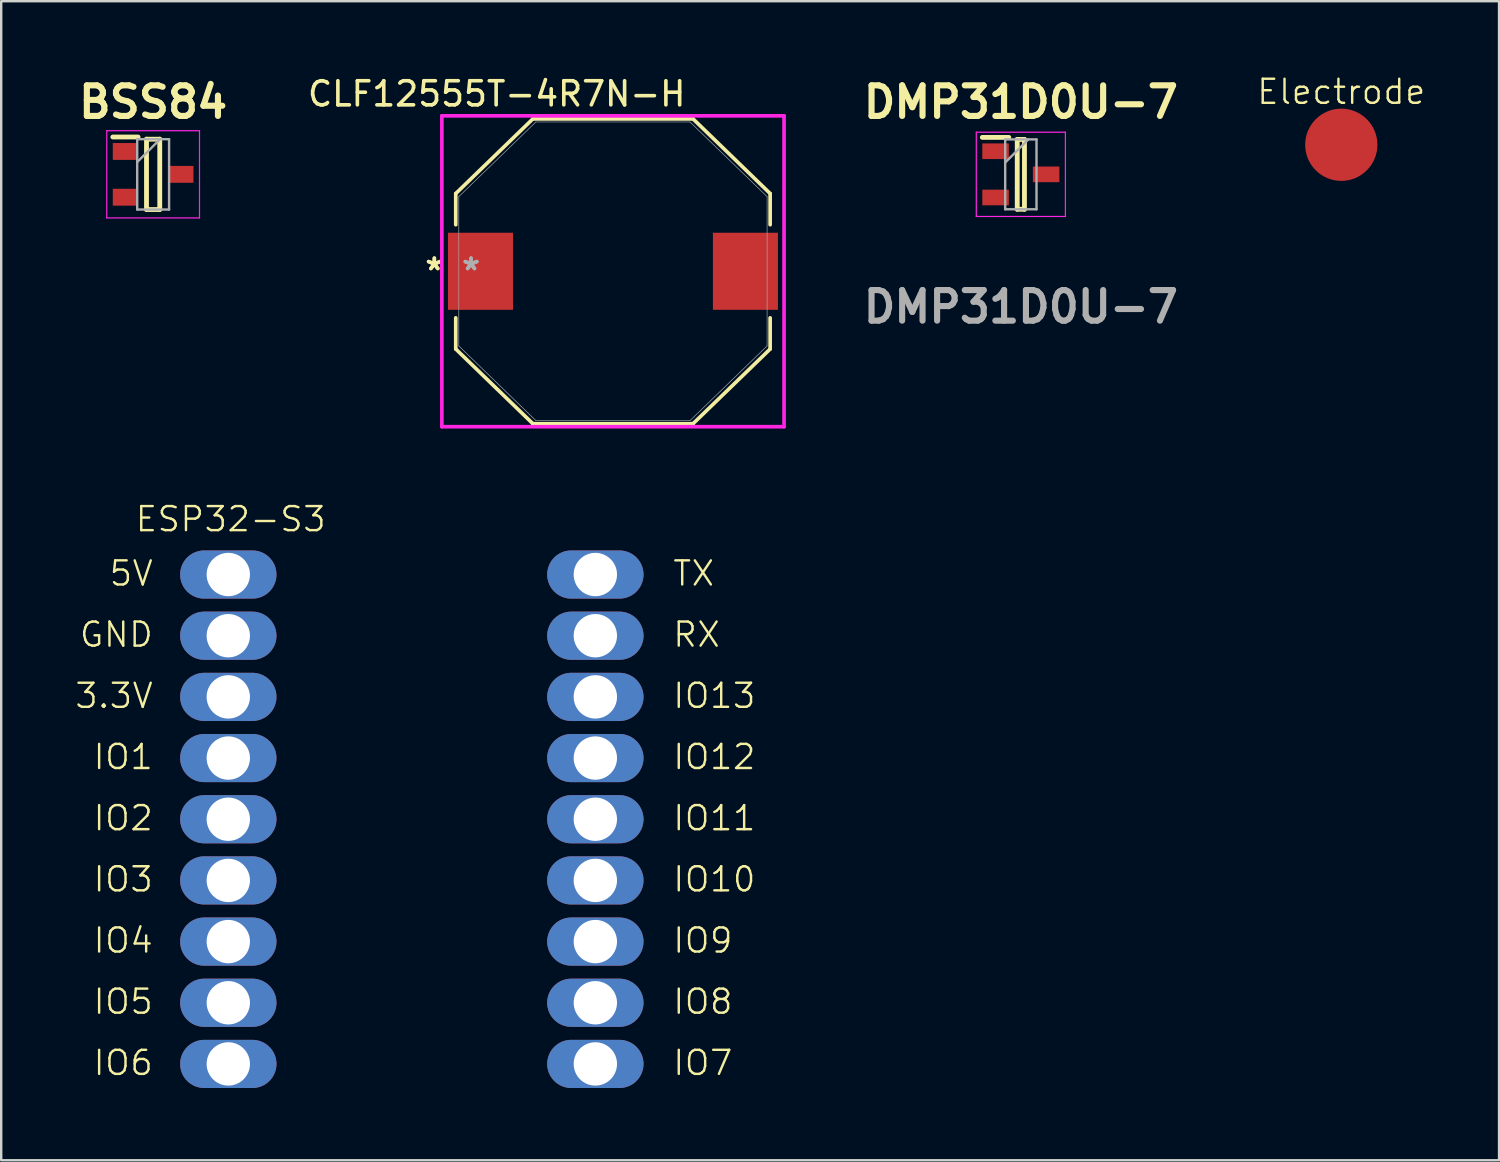
<source format=kicad_pcb>
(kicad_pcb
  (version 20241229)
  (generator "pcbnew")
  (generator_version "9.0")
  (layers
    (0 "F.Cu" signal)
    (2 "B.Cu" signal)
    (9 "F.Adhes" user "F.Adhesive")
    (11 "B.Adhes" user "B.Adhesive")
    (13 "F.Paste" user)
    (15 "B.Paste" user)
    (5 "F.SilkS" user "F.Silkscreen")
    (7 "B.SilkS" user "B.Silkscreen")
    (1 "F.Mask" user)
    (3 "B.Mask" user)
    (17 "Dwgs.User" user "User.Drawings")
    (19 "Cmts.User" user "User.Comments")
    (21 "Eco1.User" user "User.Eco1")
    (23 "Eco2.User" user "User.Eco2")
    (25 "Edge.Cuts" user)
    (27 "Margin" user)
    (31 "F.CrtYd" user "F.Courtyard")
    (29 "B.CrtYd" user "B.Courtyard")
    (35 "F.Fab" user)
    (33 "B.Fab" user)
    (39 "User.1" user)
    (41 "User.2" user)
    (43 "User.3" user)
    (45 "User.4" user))
  (footprint "BSS84"
    (layer "F.Cu")
    (at 3.308 4.189)
    (property "Reference" "BSS84" (at 0 -3 0) (layer "F.SilkS") (effects (font (size 1.27 1.27) (thickness 0.254))))
    (attr smd)
    (fp_line (start -1.675 -1.55) (end -0.625 -1.55) (stroke (width 0.2) (type solid)) (layer "F.SilkS"))
    (fp_line (start -0.275 -1.46) (end 0.275 -1.46) (stroke (width 0.2) (type solid)) (layer "F.SilkS"))
    (fp_line (start -0.275 1.46) (end -0.275 -1.46) (stroke (width 0.2) (type solid)) (layer "F.SilkS"))
    (fp_line (start 0.275 -1.46) (end 0.275 1.46) (stroke (width 0.2) (type solid)) (layer "F.SilkS"))
    (fp_line (start 0.275 1.46) (end -0.275 1.46) (stroke (width 0.2) (type solid)) (layer "F.SilkS"))
    (fp_line (start -1.925 -1.81) (end 1.925 -1.81) (stroke (width 0.05) (type solid)) (layer "F.CrtYd"))
    (fp_line (start -1.925 1.81) (end -1.925 -1.81) (stroke (width 0.05) (type solid)) (layer "F.CrtYd"))
    (fp_line (start 1.925 -1.81) (end 1.925 1.81) (stroke (width 0.05) (type solid)) (layer "F.CrtYd"))
    (fp_line (start 1.925 1.81) (end -1.925 1.81) (stroke (width 0.05) (type solid)) (layer "F.CrtYd"))
    (fp_line (start -0.662 -1.46) (end 0.662 -1.46) (stroke (width 0.1) (type solid)) (layer "F.Fab"))
    (fp_line (start -0.662 -0.51) (end 0.288 -1.46) (stroke (width 0.1) (type solid)) (layer "F.Fab"))
    (fp_line (start -0.662 1.46) (end -0.662 -1.46) (stroke (width 0.1) (type solid)) (layer "F.Fab"))
    (fp_line (start 0.662 -1.46) (end 0.662 1.46) (stroke (width 0.1) (type solid)) (layer "F.Fab"))
    (fp_line (start 0.662 1.46) (end -0.662 1.46) (stroke (width 0.1) (type solid)) (layer "F.Fab"))
    (pad "1" smd rect (at -1.15 -0.95 90) (size 0.7 1.05) (layers "F.Cu" "F.Mask" "F.Paste"))
    (pad "2" smd rect (at -1.15 0.95 90) (size 0.7 1.05) (layers "F.Cu" "F.Mask" "F.Paste"))
    (pad "3" smd rect (at 1.15 0 90) (size 0.7 1.05) (layers "F.Cu" "F.Mask" "F.Paste")))
  (footprint "CLF12555T-4R7N-H"
    (layer "F.Cu")
    (at 22.4 8.214)
    (property "Reference" "CLF12555T-4R7N-H" (at -4.826 -7.366 0) (unlocked yes) (layer "F.SilkS") (effects (font (size 1 1) (thickness 0.15))))
    (attr smd)
    (fp_line (start -6.527 -3.227) (end -6.527 -1.933) (stroke (width 0.152) (type solid)) (layer "F.SilkS"))
    (fp_line (start -6.527 1.933) (end -6.527 3.227) (stroke (width 0.152) (type solid)) (layer "F.SilkS"))
    (fp_line (start -6.527 3.227) (end -3.327 6.327) (stroke (width 0.152) (type solid)) (layer "F.SilkS"))
    (fp_line (start -3.327 -6.327) (end -6.527 -3.227) (stroke (width 0.152) (type solid)) (layer "F.SilkS"))
    (fp_line (start -3.327 6.327) (end 3.327 6.327) (stroke (width 0.152) (type solid)) (layer "F.SilkS"))
    (fp_line (start 3.327 -6.327) (end -3.327 -6.327) (stroke (width 0.152) (type solid)) (layer "F.SilkS"))
    (fp_line (start 3.327 6.327) (end 6.527 3.227) (stroke (width 0.152) (type solid)) (layer "F.SilkS"))
    (fp_line (start 6.527 -3.227) (end 3.327 -6.327) (stroke (width 0.152) (type solid)) (layer "F.SilkS"))
    (fp_line (start 6.527 -1.933) (end 6.527 -3.227) (stroke (width 0.152) (type solid)) (layer "F.SilkS"))
    (fp_line (start 6.527 3.227) (end 6.527 1.933) (stroke (width 0.152) (type solid)) (layer "F.SilkS"))
    (fp_line (start -7.104 -6.454) (end 7.104 -6.454) (stroke (width 0.152) (type solid)) (layer "F.CrtYd"))
    (fp_line (start -7.104 6.454) (end -7.104 -6.454) (stroke (width 0.152) (type solid)) (layer "F.CrtYd"))
    (fp_line (start 7.104 -6.454) (end 7.104 6.454) (stroke (width 0.152) (type solid)) (layer "F.CrtYd"))
    (fp_line (start 7.104 6.454) (end -7.104 6.454) (stroke (width 0.152) (type solid)) (layer "F.CrtYd"))
    (fp_line (start -6.4 -3.1) (end -6.4 3.1) (stroke (width 0.025) (type solid)) (layer "F.Fab"))
    (fp_line (start -6.4 3.1) (end -3.2 6.2) (stroke (width 0.025) (type solid)) (layer "F.Fab"))
    (fp_line (start -3.2 -6.2) (end -6.4 -3.1) (stroke (width 0.025) (type solid)) (layer "F.Fab"))
    (fp_line (start -3.2 6.2) (end 3.2 6.2) (stroke (width 0.025) (type solid)) (layer "F.Fab"))
    (fp_line (start 3.2 -6.2) (end -3.2 -6.2) (stroke (width 0.025) (type solid)) (layer "F.Fab"))
    (fp_line (start 3.2 6.2) (end 6.4 3.1) (stroke (width 0.025) (type solid)) (layer "F.Fab"))
    (fp_line (start 6.4 -3.1) (end 3.2 -6.2) (stroke (width 0.025) (type solid)) (layer "F.Fab"))
    (fp_line (start 6.4 3.1) (end 6.4 -3.1) (stroke (width 0.025) (type solid)) (layer "F.Fab"))
    (fp_text user "*" (at -7.416 0 0) (layer "F.SilkS") (effects (font (size 1 1) (thickness 0.15))))
    (fp_text user "*" (at -7.416 0 0) (unlocked yes) (layer "F.SilkS") (effects (font (size 1 1) (thickness 0.15))))
    (fp_text user "*" (at -5.892 0 0) (unlocked yes) (layer "F.Fab") (effects (font (size 1 1) (thickness 0.15))))
    (fp_text user "*" (at -5.892 0 0) (layer "F.Fab") (effects (font (size 1 1) (thickness 0.15))))
    (pad "1" smd rect (at -5.5 0) (size 2.7 3.2) (layers "F.Cu" "F.Mask" "F.Paste"))
    (pad "2" smd rect (at 5.5 0) (size 2.7 3.2) (layers "F.Cu" "F.Mask" "F.Paste")))
  (footprint "ESP32-S3"
    (layer "F.Cu")
    (at 6.429 20.805)
    (property "Reference" "ESP32-S3" (at 0.1 -2.3 0) (unlocked yes) (layer "F.SilkS") (effects (font (size 1 1) (thickness 0.1))))
    (attr through_hole)
    (fp_text user "IO11" (at 18.4 10.7 0) (unlocked yes) (layer "F.SilkS") (effects (font (size 1 1) (thickness 0.1)) (justify left bottom)))
    (fp_text user "IO8" (at 18.4 18.32 0) (unlocked yes) (layer "F.SilkS") (effects (font (size 1 1) (thickness 0.1)) (justify left bottom)))
    (fp_text user "IO1" (at -5.667 8.159 0) (unlocked yes) (layer "F.SilkS") (effects (font (size 1 1) (thickness 0.1)) (justify left bottom)))
    (fp_text user "IO13" (at 18.4 5.62 0) (unlocked yes) (layer "F.SilkS") (effects (font (size 1 1) (thickness 0.1)) (justify left bottom)))
    (fp_text user "IO10" (at 18.4 13.239 0) (unlocked yes) (layer "F.SilkS") (effects (font (size 1 1) (thickness 0.1)) (justify left bottom)))
    (fp_text user "GND" (at -6.238 3.079 0) (unlocked yes) (layer "F.SilkS") (effects (font (size 1 1) (thickness 0.1)) (justify left bottom)))
    (fp_text user "3.3V" (at -6.429 5.62 0) (unlocked yes) (layer "F.SilkS") (effects (font (size 1 1) (thickness 0.1)) (justify left bottom)))
    (fp_text user "IO6" (at -5.667 20.86 0) (unlocked yes) (layer "F.SilkS") (effects (font (size 1 1) (thickness 0.1)) (justify left bottom)))
    (fp_text user "IO7" (at 18.4 20.86 0) (unlocked yes) (layer "F.SilkS") (effects (font (size 1 1) (thickness 0.1)) (justify left bottom)))
    (fp_text user "IO4" (at -5.667 15.78 0) (unlocked yes) (layer "F.SilkS") (effects (font (size 1 1) (thickness 0.1)) (justify left bottom)))
    (fp_text user "IO3" (at -5.667 13.239 0) (unlocked yes) (layer "F.SilkS") (effects (font (size 1 1) (thickness 0.1)) (justify left bottom)))
    (fp_text user "RX" (at 18.4 3.079 0) (unlocked yes) (layer "F.SilkS") (effects (font (size 1 1) (thickness 0.1)) (justify left bottom)))
    (fp_text user "IO5" (at -5.667 18.32 0) (unlocked yes) (layer "F.SilkS") (effects (font (size 1 1) (thickness 0.1)) (justify left bottom)))
    (fp_text user "IO12" (at 18.4 8.159 0) (unlocked yes) (layer "F.SilkS") (effects (font (size 1 1) (thickness 0.1)) (justify left bottom)))
    (fp_text user "IO2" (at -5.667 10.7 0) (unlocked yes) (layer "F.SilkS") (effects (font (size 1 1) (thickness 0.1)) (justify left bottom)))
    (fp_text user "5V" (at -5 0.539 0) (unlocked yes) (layer "F.SilkS") (effects (font (size 1 1) (thickness 0.1)) (justify left bottom)))
    (fp_text user "IO9" (at 18.4 15.78 0) (unlocked yes) (layer "F.SilkS") (effects (font (size 1 1) (thickness 0.1)) (justify left bottom)))
    (fp_text user "TX" (at 18.4 0.539 0) (unlocked yes) (layer "F.SilkS") (effects (font (size 1 1) (thickness 0.1)) (justify left bottom)))
    (pad "1" thru_hole oval (at 0 0) (size 4 2) (drill 1.8) (layers "*.Cu" "*.Mask"))
    (pad "2" thru_hole oval (at 0 2.54) (size 4 2) (drill 1.8) (layers "*.Cu" "*.Mask"))
    (pad "3" thru_hole oval (at 0 5.08) (size 4 2) (drill 1.8) (layers "*.Cu" "*.Mask"))
    (pad "4" thru_hole oval (at 0 7.62) (size 4 2) (drill 1.8) (layers "*.Cu" "*.Mask"))
    (pad "5" thru_hole oval (at 0 10.16) (size 4 2) (drill 1.8) (layers "*.Cu" "*.Mask"))
    (pad "6" thru_hole oval (at 0 12.7) (size 4 2) (drill 1.8) (layers "*.Cu" "*.Mask"))
    (pad "7" thru_hole oval (at 0 15.24) (size 4 2) (drill 1.8) (layers "*.Cu" "*.Mask"))
    (pad "8" thru_hole oval (at 0 17.78) (size 4 2) (drill 1.8) (layers "*.Cu" "*.Mask"))
    (pad "9" thru_hole oval (at 0 20.32) (size 4 2) (drill 1.8) (layers "*.Cu" "*.Mask"))
    (pad "10" thru_hole oval (at 15.24 20.32) (size 4 2) (drill 1.8) (layers "*.Cu" "*.Mask"))
    (pad "11" thru_hole oval (at 15.24 17.78) (size 4 2) (drill 1.8) (layers "*.Cu" "*.Mask"))
    (pad "12" thru_hole oval (at 15.24 15.24) (size 4 2) (drill 1.8) (layers "*.Cu" "*.Mask"))
    (pad "13" thru_hole oval (at 15.24 12.7) (size 4 2) (drill 1.8) (layers "*.Cu" "*.Mask"))
    (pad "14" thru_hole oval (at 15.24 10.16) (size 4 2) (drill 1.8) (layers "*.Cu" "*.Mask"))
    (pad "15" thru_hole oval (at 15.24 7.62) (size 4 2) (drill 1.8) (layers "*.Cu" "*.Mask"))
    (pad "16" thru_hole oval (at 15.24 5.08) (size 4 2) (drill 1.8) (layers "*.Cu" "*.Mask"))
    (pad "17" thru_hole oval (at 15.24 2.54) (size 4 2) (drill 1.8) (layers "*.Cu" "*.Mask"))
    (pad "18" thru_hole oval (at 15.24 0) (size 4 2) (drill 1.8) (layers "*.Cu" "*.Mask")))
  (footprint "Electrode"
    (layer "F.Cu")
    (at 52.641 2.961)
    (property "Reference" "Electrode" (at 0 -2.2 0) (unlocked yes) (layer "F.SilkS") (effects (font (size 1 1) (thickness 0.1))))
    (attr smd)
    (pad "1" smd circle (at 0 0) (size 3 3) (layers "F.Cu" "F.Mask" "F.Paste")))
  (footprint "DMP31D0U-7"
    (layer "F.Cu")
    (at 39.336 4.189)
    (property "Reference" "DMP31D0U-7" (at 0 -3 0) (layer "F.SilkS") (effects (font (size 1.27 1.27) (thickness 0.254))))
    (attr smd)
    (fp_line (start -1.6 -1.535) (end -0.5 -1.535) (stroke (width 0.2) (type solid)) (layer "F.SilkS"))
    (fp_line (start -0.15 -1.45) (end 0.15 -1.45) (stroke (width 0.2) (type solid)) (layer "F.SilkS"))
    (fp_line (start -0.15 1.45) (end -0.15 -1.45) (stroke (width 0.2) (type solid)) (layer "F.SilkS"))
    (fp_line (start 0.15 -1.45) (end 0.15 1.45) (stroke (width 0.2) (type solid)) (layer "F.SilkS"))
    (fp_line (start 0.15 1.45) (end -0.15 1.45) (stroke (width 0.2) (type solid)) (layer "F.SilkS"))
    (fp_line (start -1.85 -1.75) (end 1.85 -1.75) (stroke (width 0.05) (type solid)) (layer "F.CrtYd"))
    (fp_line (start -1.85 1.75) (end -1.85 -1.75) (stroke (width 0.05) (type solid)) (layer "F.CrtYd"))
    (fp_line (start 1.85 -1.75) (end 1.85 1.75) (stroke (width 0.05) (type solid)) (layer "F.CrtYd"))
    (fp_line (start 1.85 1.75) (end -1.85 1.75) (stroke (width 0.05) (type solid)) (layer "F.CrtYd"))
    (fp_line (start -0.65 -1.45) (end 0.65 -1.45) (stroke (width 0.1) (type solid)) (layer "F.Fab"))
    (fp_line (start -0.65 -0.49) (end 0.31 -1.45) (stroke (width 0.1) (type solid)) (layer "F.Fab"))
    (fp_line (start -0.65 1.45) (end -0.65 -1.45) (stroke (width 0.1) (type solid)) (layer "F.Fab"))
    (fp_line (start 0.65 -1.45) (end 0.65 1.45) (stroke (width 0.1) (type solid)) (layer "F.Fab"))
    (fp_line (start 0.65 1.45) (end -0.65 1.45) (stroke (width 0.1) (type solid)) (layer "F.Fab"))
    (fp_text user "${REFERENCE}" (at 0 5.5 0) (layer "F.Fab") (effects (font (size 1.27 1.27) (thickness 0.254))))
    (pad "1" smd rect (at -1.05 -0.96 90) (size 0.65 1.1) (layers "F.Cu" "F.Mask" "F.Paste"))
    (pad "2" smd rect (at -1.05 0.96 90) (size 0.65 1.1) (layers "F.Cu" "F.Mask" "F.Paste"))
    (pad "3" smd rect (at 1.05 0 90) (size 0.65 1.1) (layers "F.Cu" "F.Mask" "F.Paste")))
  (gr_rect
    (start -3 -3)
    (end 59.191 45.125)
    (stroke (width 0.1) (type default))
    (fill no)
    (layer "Edge.Cuts")))
</source>
